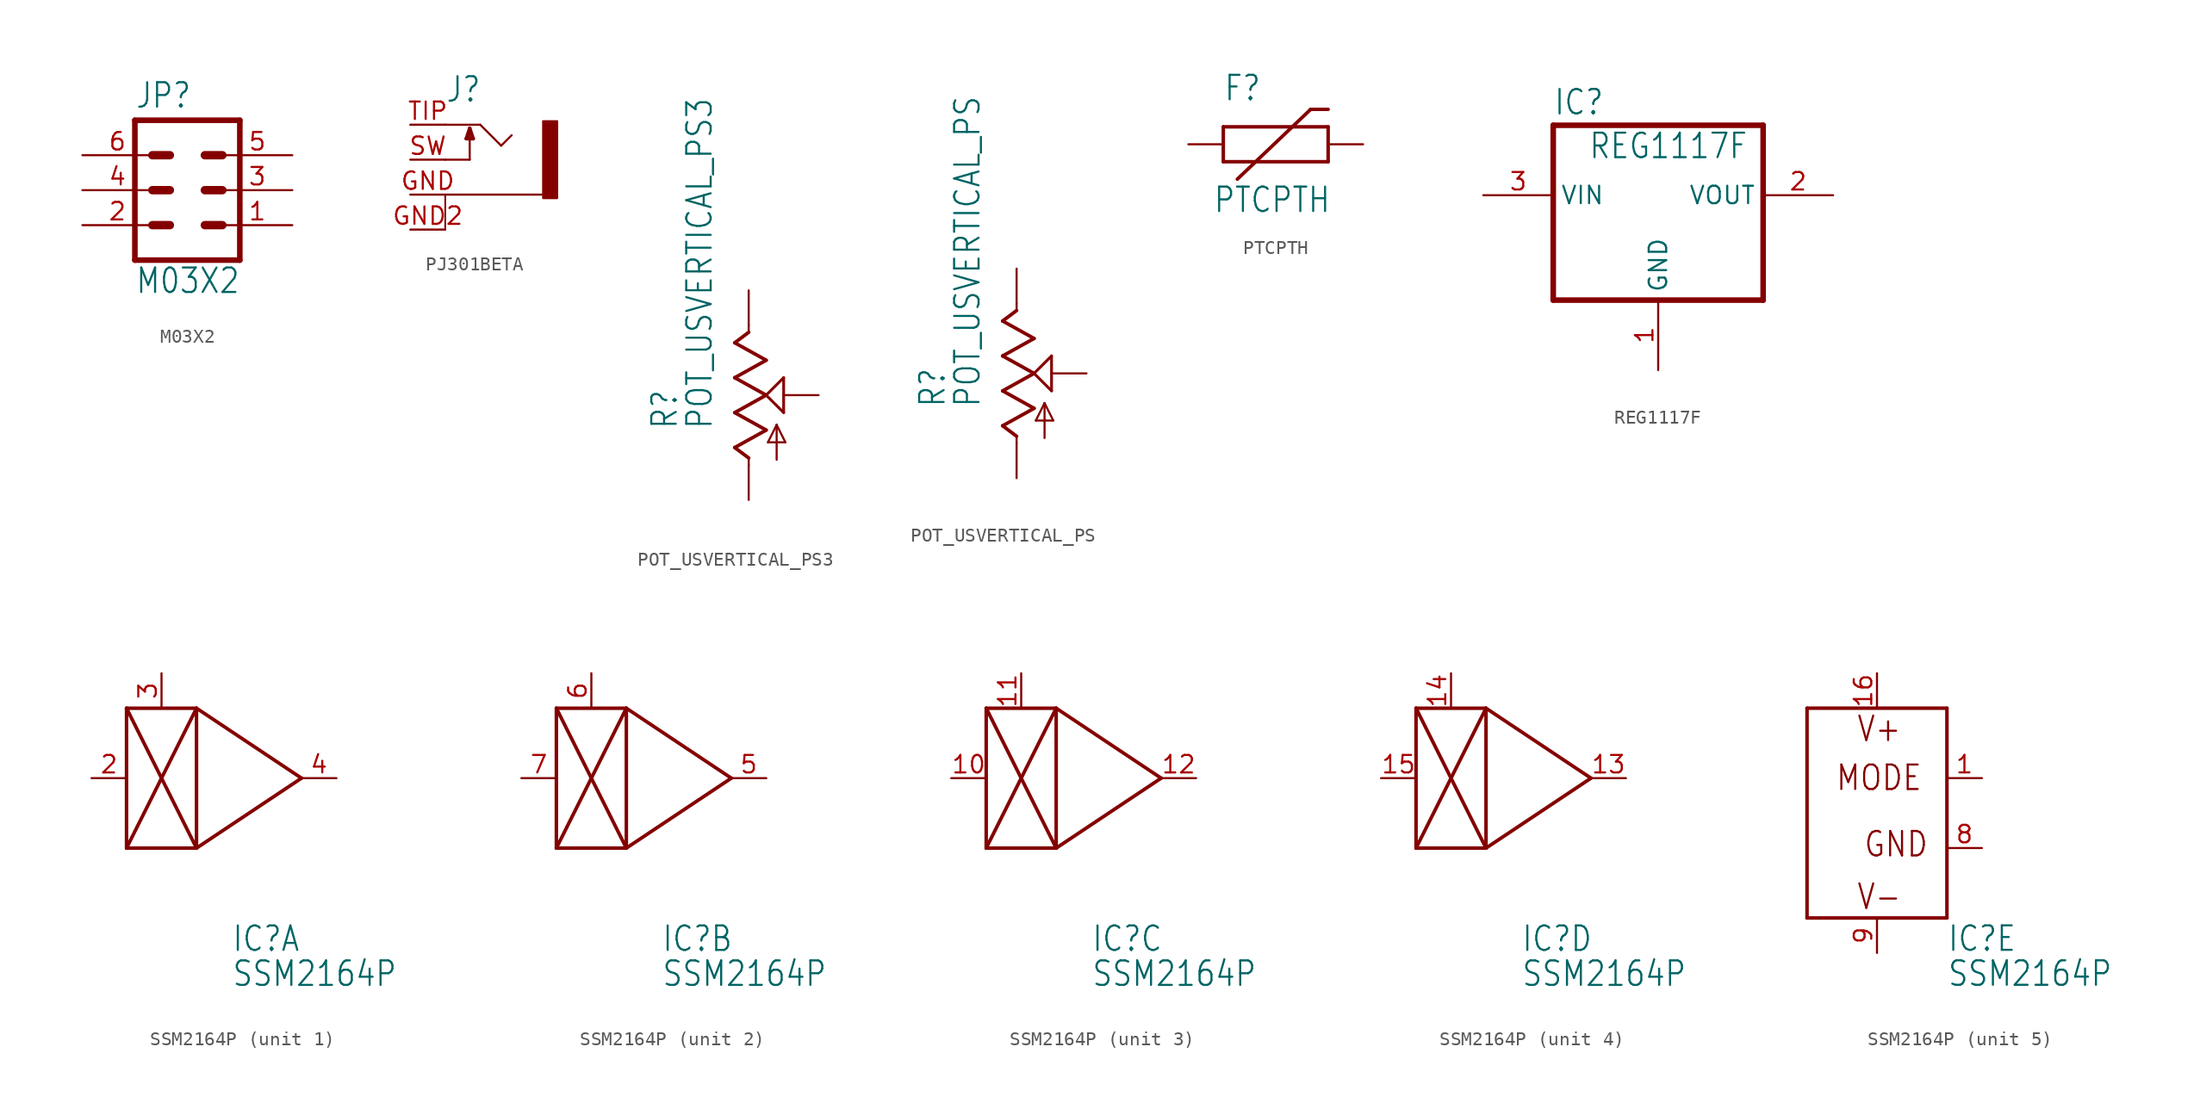
<source format=kicad_sym>
(kicad_symbol_lib
  (version 20211014)
  (generator kicad_symbol_editor)
  (symbol "M03X2"
    (property "Reference" "JP"
      (at -3.81 5.842 0)
      (effects (font (size 1.778 1.511)) (justify left bottom)))
    (property "Value" "M03X2"
      (at -3.81 -7.62 0)
      (effects (font (size 1.778 1.511)) (justify left bottom)))
    (property "ki_locked" ""
      (at 0 0 0)
      (effects (font (size 1.27 1.27))))
    (symbol "M03X2_1_0"
      (polyline (pts (xy -3.81 5.08) (xy -3.81 -5.08)) (stroke (width 0.406) (type default) (color 0 0 0 0)) (fill (type none)))
      (polyline (pts (xy -3.81 5.08) (xy 3.81 5.08)) (stroke (width 0.406) (type default) (color 0 0 0 0)) (fill (type none)))
      (polyline (pts (xy -2.54 -2.54) (xy -1.27 -2.54)) (stroke (width 0.61) (type default) (color 0 0 0 0)) (fill (type none)))
      (polyline (pts (xy -2.54 0) (xy -1.27 0)) (stroke (width 0.61) (type default) (color 0 0 0 0)) (fill (type none)))
      (polyline (pts (xy -2.54 2.54) (xy -1.27 2.54)) (stroke (width 0.61) (type default) (color 0 0 0 0)) (fill (type none)))
      (polyline (pts (xy 1.27 -2.54) (xy 2.54 -2.54)) (stroke (width 0.61) (type default) (color 0 0 0 0)) (fill (type none)))
      (polyline (pts (xy 1.27 0) (xy 2.54 0)) (stroke (width 0.61) (type default) (color 0 0 0 0)) (fill (type none)))
      (polyline (pts (xy 1.27 2.54) (xy 2.54 2.54)) (stroke (width 0.61) (type default) (color 0 0 0 0)) (fill (type none)))
      (polyline (pts (xy 3.81 -5.08) (xy -3.81 -5.08)) (stroke (width 0.406) (type default) (color 0 0 0 0)) (fill (type none)))
      (polyline (pts (xy 3.81 -5.08) (xy 3.81 5.08)) (stroke (width 0.406) (type default) (color 0 0 0 0)) (fill (type none)))
      (pin passive line (at 7.62 -2.54 180) (length 5.08) (name "1" (effects (font (size 0 0)))) (number "1" (effects (font (size 1.27 1.27)))))
      (pin passive line (at -7.62 -2.54 0) (length 5.08) (name "2" (effects (font (size 0 0)))) (number "2" (effects (font (size 1.27 1.27)))))
      (pin passive line (at 7.62 0 180) (length 5.08) (name "3" (effects (font (size 0 0)))) (number "3" (effects (font (size 1.27 1.27)))))
      (pin passive line (at -7.62 0 0) (length 5.08) (name "4" (effects (font (size 0 0)))) (number "4" (effects (font (size 1.27 1.27)))))
      (pin passive line (at 7.62 2.54 180) (length 5.08) (name "5" (effects (font (size 0 0)))) (number "5" (effects (font (size 1.27 1.27)))))
      (pin passive line (at -7.62 2.54 0) (length 5.08) (name "6" (effects (font (size 0 0)))) (number "6" (effects (font (size 1.27 1.27)))))))
  (symbol "PJ301BETA"
    (property "Reference" "J"
      (at -2.54 4.064 0)
      (effects (font (size 1.778 1.511)) (justify left bottom)))
    (property "ki_locked" ""
      (at 0 0 0)
      (effects (font (size 1.27 1.27))))
    (symbol "PJ301BETA_1_0"
      (polyline (pts (xy -2.54 -5.08) (xy -2.54 -2.54)) (stroke (width 0.127) (type default) (color 0 0 0 0)) (fill (type none)))
      (polyline (pts (xy -2.54 -2.54) (xy 4.572 -2.54)) (stroke (width 0.152) (type default) (color 0 0 0 0)) (fill (type none)))
      (polyline (pts (xy -2.54 0) (xy -0.762 0)) (stroke (width 0.152) (type default) (color 0 0 0 0)) (fill (type none)))
      (polyline (pts (xy -2.54 2.54) (xy 0 2.54)) (stroke (width 0.152) (type default) (color 0 0 0 0)) (fill (type none)))
      (polyline (pts (xy -1.016 1.524) (xy -0.508 1.524)) (stroke (width 0.254) (type default) (color 0 0 0 0)) (fill (type none)))
      (polyline (pts (xy -0.762 0) (xy -0.762 2.286)) (stroke (width 0.152) (type default) (color 0 0 0 0)) (fill (type none)))
      (polyline (pts (xy -0.762 2.286) (xy -1.016 1.524)) (stroke (width 0.254) (type default) (color 0 0 0 0)) (fill (type none)))
      (polyline (pts (xy -0.508 1.524) (xy -0.762 2.286)) (stroke (width 0.254) (type default) (color 0 0 0 0)) (fill (type none)))
      (polyline (pts (xy 0 2.54) (xy 1.524 1.016)) (stroke (width 0.152) (type default) (color 0 0 0 0)) (fill (type none)))
      (polyline (pts (xy 1.524 1.016) (xy 2.286 1.778)) (stroke (width 0.152) (type default) (color 0 0 0 0)) (fill (type none)))
      (rectangle (start 4.572 2.794) (end 5.588 -2.794) (stroke (width 0) (type default) (color 0 0 0 0)) (fill (type outline)))
      (pin passive line (at -5.08 -2.54 0) (length 2.54) (name "1" (effects (font (size 0 0)))) (number "GND" (effects (font (size 1.27 1.27)))))
      (pin passive line (at -5.08 -5.08 0) (length 2.54) (name "4" (effects (font (size 0 0)))) (number "GND2" (effects (font (size 1.27 1.27)))))
      (pin passive line (at -5.08 0 0) (length 2.54) (name "3" (effects (font (size 0 0)))) (number "SW" (effects (font (size 1.27 1.27)))))
      (pin passive line (at -5.08 2.54 0) (length 2.54) (name "2" (effects (font (size 0 0)))) (number "TIP" (effects (font (size 1.27 1.27)))))))
  (symbol "POT_USVERTICAL_PS3"
    (property "Reference" "R"
      (at -5.08 -2.54 90)
      (effects (font (size 1.778 1.511)) (justify left bottom)))
    (property "Value" "POT_USVERTICAL_PS3"
      (at -2.54 -2.54 90)
      (effects (font (size 1.778 1.511)) (justify left bottom)))
    (property "ki_locked" ""
      (at 0 0 0)
      (effects (font (size 1.27 1.27))))
    (symbol "POT_USVERTICAL_PS3_1_0"
      (polyline (pts (xy -1.016 -3.81) (xy 1.27 -2.54)) (stroke (width 0.254) (type default) (color 0 0 0 0)) (fill (type none)))
      (polyline (pts (xy -1.016 -1.27) (xy 1.27 0)) (stroke (width 0.254) (type default) (color 0 0 0 0)) (fill (type none)))
      (polyline (pts (xy -1.016 1.27) (xy 1.27 2.54)) (stroke (width 0.254) (type default) (color 0 0 0 0)) (fill (type none)))
      (polyline (pts (xy -1.016 3.81) (xy 0 4.572)) (stroke (width 0.254) (type default) (color 0 0 0 0)) (fill (type none)))
      (polyline (pts (xy 0 -5.08) (xy 0 -4.572)) (stroke (width 0.152) (type default) (color 0 0 0 0)) (fill (type none)))
      (polyline (pts (xy 0 -4.572) (xy -1.016 -3.81)) (stroke (width 0.254) (type default) (color 0 0 0 0)) (fill (type none)))
      (polyline (pts (xy 0 4.572) (xy 0 5.08)) (stroke (width 0.152) (type default) (color 0 0 0 0)) (fill (type none)))
      (polyline (pts (xy 1.27 -2.54) (xy -1.016 -1.27)) (stroke (width 0.254) (type default) (color 0 0 0 0)) (fill (type none)))
      (polyline (pts (xy 1.27 0) (xy -1.016 1.27)) (stroke (width 0.254) (type default) (color 0 0 0 0)) (fill (type none)))
      (polyline (pts (xy 1.27 0) (xy 2.54 1.27)) (stroke (width 0.203) (type default) (color 0 0 0 0)) (fill (type none)))
      (polyline (pts (xy 1.27 2.54) (xy -1.016 3.81)) (stroke (width 0.254) (type default) (color 0 0 0 0)) (fill (type none)))
      (polyline (pts (xy 1.397 -3.429) (xy 2.032 -2.159)) (stroke (width 0.152) (type default) (color 0 0 0 0)) (fill (type none)))
      (polyline (pts (xy 2.032 -4.699) (xy 2.032 -2.159)) (stroke (width 0.152) (type default) (color 0 0 0 0)) (fill (type none)))
      (polyline (pts (xy 2.032 -2.159) (xy 2.667 -3.429)) (stroke (width 0.152) (type default) (color 0 0 0 0)) (fill (type none)))
      (polyline (pts (xy 2.54 -1.27) (xy 1.27 0)) (stroke (width 0.203) (type default) (color 0 0 0 0)) (fill (type none)))
      (polyline (pts (xy 2.54 1.27) (xy 2.54 -1.27)) (stroke (width 0.203) (type default) (color 0 0 0 0)) (fill (type none)))
      (polyline (pts (xy 2.667 -3.429) (xy 1.397 -3.429)) (stroke (width 0.152) (type default) (color 0 0 0 0)) (fill (type none)))
      (pin passive line (at 0 7.62 270) (length 2.54) (name "E" (effects (font (size 0 0)))) (number "P$1" (effects (font (size 0 0)))))
      (pin passive line (at 5.08 0 180) (length 2.54) (name "S" (effects (font (size 0 0)))) (number "P$2" (effects (font (size 0 0)))))
      (pin passive line (at 0 -7.62 90) (length 2.54) (name "A" (effects (font (size 0 0)))) (number "P$3" (effects (font (size 0 0)))))))
  (symbol "POT_USVERTICAL_PS"
    (property "Reference" "R"
      (at -5.08 -2.54 90)
      (effects (font (size 1.778 1.511)) (justify left bottom)))
    (property "Value" "POT_USVERTICAL_PS"
      (at -2.54 -2.54 90)
      (effects (font (size 1.778 1.511)) (justify left bottom)))
    (property "ki_locked" ""
      (at 0 0 0)
      (effects (font (size 1.27 1.27))))
    (symbol "POT_USVERTICAL_PS_1_0"
      (polyline (pts (xy -1.016 -3.81) (xy 1.27 -2.54)) (stroke (width 0.254) (type default) (color 0 0 0 0)) (fill (type none)))
      (polyline (pts (xy -1.016 -1.27) (xy 1.27 0)) (stroke (width 0.254) (type default) (color 0 0 0 0)) (fill (type none)))
      (polyline (pts (xy -1.016 1.27) (xy 1.27 2.54)) (stroke (width 0.254) (type default) (color 0 0 0 0)) (fill (type none)))
      (polyline (pts (xy -1.016 3.81) (xy 0 4.572)) (stroke (width 0.254) (type default) (color 0 0 0 0)) (fill (type none)))
      (polyline (pts (xy 0 -5.08) (xy 0 -4.572)) (stroke (width 0.152) (type default) (color 0 0 0 0)) (fill (type none)))
      (polyline (pts (xy 0 -4.572) (xy -1.016 -3.81)) (stroke (width 0.254) (type default) (color 0 0 0 0)) (fill (type none)))
      (polyline (pts (xy 0 4.572) (xy 0 5.08)) (stroke (width 0.152) (type default) (color 0 0 0 0)) (fill (type none)))
      (polyline (pts (xy 1.27 -2.54) (xy -1.016 -1.27)) (stroke (width 0.254) (type default) (color 0 0 0 0)) (fill (type none)))
      (polyline (pts (xy 1.27 0) (xy -1.016 1.27)) (stroke (width 0.254) (type default) (color 0 0 0 0)) (fill (type none)))
      (polyline (pts (xy 1.27 0) (xy 2.54 1.27)) (stroke (width 0.203) (type default) (color 0 0 0 0)) (fill (type none)))
      (polyline (pts (xy 1.27 2.54) (xy -1.016 3.81)) (stroke (width 0.254) (type default) (color 0 0 0 0)) (fill (type none)))
      (polyline (pts (xy 1.397 -3.429) (xy 2.032 -2.159)) (stroke (width 0.152) (type default) (color 0 0 0 0)) (fill (type none)))
      (polyline (pts (xy 2.032 -4.699) (xy 2.032 -2.159)) (stroke (width 0.152) (type default) (color 0 0 0 0)) (fill (type none)))
      (polyline (pts (xy 2.032 -2.159) (xy 2.667 -3.429)) (stroke (width 0.152) (type default) (color 0 0 0 0)) (fill (type none)))
      (polyline (pts (xy 2.54 -1.27) (xy 1.27 0)) (stroke (width 0.203) (type default) (color 0 0 0 0)) (fill (type none)))
      (polyline (pts (xy 2.54 1.27) (xy 2.54 -1.27)) (stroke (width 0.203) (type default) (color 0 0 0 0)) (fill (type none)))
      (polyline (pts (xy 2.667 -3.429) (xy 1.397 -3.429)) (stroke (width 0.152) (type default) (color 0 0 0 0)) (fill (type none)))
      (pin passive line (at 0 7.62 270) (length 2.54) (name "E" (effects (font (size 0 0)))) (number "P$1" (effects (font (size 0 0)))))
      (pin passive line (at 5.08 0 180) (length 2.54) (name "S" (effects (font (size 0 0)))) (number "P$2" (effects (font (size 0 0)))))
      (pin passive line (at 0 -7.62 90) (length 2.54) (name "A" (effects (font (size 0 0)))) (number "P$3" (effects (font (size 0 0)))))))
  (symbol "PTCPTH"
    (property "Reference" "F"
      (at -2.54 3.048 0)
      (effects (font (size 1.778 1.511)) (justify left bottom)))
    (property "Value" "PTCPTH"
      (at -3.302 -5.08 0)
      (effects (font (size 1.778 1.511)) (justify left bottom)))
    (property "ki_locked" ""
      (at 0 0 0)
      (effects (font (size 1.27 1.27))))
    (symbol "PTCPTH_1_0"
      (polyline (pts (xy -2.54 -1.27) (xy -2.54 1.27)) (stroke (width 0.254) (type default) (color 0 0 0 0)) (fill (type none)))
      (polyline (pts (xy -2.54 1.27) (xy 5.08 1.27)) (stroke (width 0.254) (type default) (color 0 0 0 0)) (fill (type none)))
      (polyline (pts (xy -1.524 -2.54) (xy 3.81 2.54)) (stroke (width 0.254) (type default) (color 0 0 0 0)) (fill (type none)))
      (polyline (pts (xy 3.81 2.54) (xy 5.08 2.54)) (stroke (width 0.254) (type default) (color 0 0 0 0)) (fill (type none)))
      (polyline (pts (xy 5.08 -1.27) (xy -2.54 -1.27)) (stroke (width 0.254) (type default) (color 0 0 0 0)) (fill (type none)))
      (polyline (pts (xy 5.08 1.27) (xy 5.08 -1.27)) (stroke (width 0.254) (type default) (color 0 0 0 0)) (fill (type none)))
      (pin bidirectional line (at -5.08 0 0) (length 2.54) (name "1" (effects (font (size 0 0)))) (number "P$1" (effects (font (size 0 0)))))
      (pin bidirectional line (at 7.62 0 180) (length 2.54) (name "2" (effects (font (size 0 0)))) (number "P$2" (effects (font (size 0 0)))))))
  (symbol "REG1117F"
    (property "Reference" "IC"
      (at -7.62 5.715 0)
      (effects (font (size 1.778 1.511)) (justify left bottom)))
    (property "Value" "REG1117F"
      (at -5.08 2.54 0)
      (effects (font (size 1.778 1.511)) (justify left bottom)))
    (property "ki_locked" ""
      (at 0 0 0)
      (effects (font (size 1.27 1.27))))
    (symbol "REG1117F_1_0"
      (polyline (pts (xy -7.62 -7.62) (xy 7.62 -7.62)) (stroke (width 0.406) (type default) (color 0 0 0 0)) (fill (type none)))
      (polyline (pts (xy -7.62 5.08) (xy -7.62 -7.62)) (stroke (width 0.406) (type default) (color 0 0 0 0)) (fill (type none)))
      (polyline (pts (xy 7.62 -7.62) (xy 7.62 5.08)) (stroke (width 0.406) (type default) (color 0 0 0 0)) (fill (type none)))
      (polyline (pts (xy 7.62 5.08) (xy -7.62 5.08)) (stroke (width 0.406) (type default) (color 0 0 0 0)) (fill (type none)))
      (pin power_in line (at 0 -12.7 90) (length 5.08) (name "GND" (effects (font (size 1.27 1.27)))) (number "1" (effects (font (size 1.27 1.27)))))
      (pin output line (at 12.7 0 180) (length 5.08) (name "VOUT" (effects (font (size 1.27 1.27)))) (number "2" (effects (font (size 1.27 1.27)))))
      (pin input line (at -12.7 0 0) (length 5.08) (name "VIN" (effects (font (size 1.27 1.27)))) (number "3" (effects (font (size 1.27 1.27)))))))
  (symbol "SSM2164P"
    (property "Reference" "IC"
      (at 5.08 -12.7 0)
      (effects (font (size 1.778 1.511)) (justify left bottom)))
    (property "Value" "SSM2164P"
      (at 5.08 -15.24 0)
      (effects (font (size 1.778 1.511)) (justify left bottom)))
    (property "ki_locked" ""
      (at 0 0 0)
      (effects (font (size 1.27 1.27))))
    (symbol "SSM2164P_1_0"
      (polyline (pts (xy -2.54 -5.08) (xy 2.54 -5.08)) (stroke (width 0.254) (type default) (color 0 0 0 0)) (fill (type none)))
      (polyline (pts (xy -2.54 -5.08) (xy 2.54 5.08)) (stroke (width 0.254) (type default) (color 0 0 0 0)) (fill (type none)))
      (polyline (pts (xy -2.54 5.08) (xy -2.54 -5.08)) (stroke (width 0.254) (type default) (color 0 0 0 0)) (fill (type none)))
      (polyline (pts (xy -2.54 5.08) (xy 2.54 -5.08)) (stroke (width 0.254) (type default) (color 0 0 0 0)) (fill (type none)))
      (polyline (pts (xy 2.54 -5.08) (xy 2.54 5.08)) (stroke (width 0.254) (type default) (color 0 0 0 0)) (fill (type none)))
      (polyline (pts (xy 2.54 5.08) (xy -2.54 5.08)) (stroke (width 0.254) (type default) (color 0 0 0 0)) (fill (type none)))
      (polyline (pts (xy 2.54 5.08) (xy 10.16 0)) (stroke (width 0.254) (type default) (color 0 0 0 0)) (fill (type none)))
      (polyline (pts (xy 10.16 0) (xy 2.54 -5.08)) (stroke (width 0.254) (type default) (color 0 0 0 0)) (fill (type none)))
      (pin input line (at -5.08 0 0) (length 2.54) (name "IN" (effects (font (size 0 0)))) (number "2" (effects (font (size 1.27 1.27)))))
      (pin input line (at 0 7.62 270) (length 2.54) (name "CTRL" (effects (font (size 0 0)))) (number "3" (effects (font (size 1.27 1.27)))))
      (pin output line (at 12.7 0 180) (length 2.54) (name "OUT" (effects (font (size 0 0)))) (number "4" (effects (font (size 1.27 1.27))))))
    (symbol "SSM2164P_2_0"
      (polyline (pts (xy -2.54 -5.08) (xy 2.54 -5.08)) (stroke (width 0.254) (type default) (color 0 0 0 0)) (fill (type none)))
      (polyline (pts (xy -2.54 -5.08) (xy 2.54 5.08)) (stroke (width 0.254) (type default) (color 0 0 0 0)) (fill (type none)))
      (polyline (pts (xy -2.54 5.08) (xy -2.54 -5.08)) (stroke (width 0.254) (type default) (color 0 0 0 0)) (fill (type none)))
      (polyline (pts (xy -2.54 5.08) (xy 2.54 -5.08)) (stroke (width 0.254) (type default) (color 0 0 0 0)) (fill (type none)))
      (polyline (pts (xy 2.54 -5.08) (xy 2.54 5.08)) (stroke (width 0.254) (type default) (color 0 0 0 0)) (fill (type none)))
      (polyline (pts (xy 2.54 5.08) (xy -2.54 5.08)) (stroke (width 0.254) (type default) (color 0 0 0 0)) (fill (type none)))
      (polyline (pts (xy 2.54 5.08) (xy 10.16 0)) (stroke (width 0.254) (type default) (color 0 0 0 0)) (fill (type none)))
      (polyline (pts (xy 10.16 0) (xy 2.54 -5.08)) (stroke (width 0.254) (type default) (color 0 0 0 0)) (fill (type none)))
      (pin output line (at 12.7 0 180) (length 2.54) (name "OUT" (effects (font (size 0 0)))) (number "5" (effects (font (size 1.27 1.27)))))
      (pin input line (at 0 7.62 270) (length 2.54) (name "CTRL" (effects (font (size 0 0)))) (number "6" (effects (font (size 1.27 1.27)))))
      (pin input line (at -5.08 0 0) (length 2.54) (name "IN" (effects (font (size 0 0)))) (number "7" (effects (font (size 1.27 1.27))))))
    (symbol "SSM2164P_3_0"
      (polyline (pts (xy -2.54 -5.08) (xy 2.54 -5.08)) (stroke (width 0.254) (type default) (color 0 0 0 0)) (fill (type none)))
      (polyline (pts (xy -2.54 -5.08) (xy 2.54 5.08)) (stroke (width 0.254) (type default) (color 0 0 0 0)) (fill (type none)))
      (polyline (pts (xy -2.54 5.08) (xy -2.54 -5.08)) (stroke (width 0.254) (type default) (color 0 0 0 0)) (fill (type none)))
      (polyline (pts (xy -2.54 5.08) (xy 2.54 -5.08)) (stroke (width 0.254) (type default) (color 0 0 0 0)) (fill (type none)))
      (polyline (pts (xy 2.54 -5.08) (xy 2.54 5.08)) (stroke (width 0.254) (type default) (color 0 0 0 0)) (fill (type none)))
      (polyline (pts (xy 2.54 5.08) (xy -2.54 5.08)) (stroke (width 0.254) (type default) (color 0 0 0 0)) (fill (type none)))
      (polyline (pts (xy 2.54 5.08) (xy 10.16 0)) (stroke (width 0.254) (type default) (color 0 0 0 0)) (fill (type none)))
      (polyline (pts (xy 10.16 0) (xy 2.54 -5.08)) (stroke (width 0.254) (type default) (color 0 0 0 0)) (fill (type none)))
      (pin input line (at -5.08 0 0) (length 2.54) (name "IN" (effects (font (size 0 0)))) (number "10" (effects (font (size 1.27 1.27)))))
      (pin input line (at 0 7.62 270) (length 2.54) (name "CTRL" (effects (font (size 0 0)))) (number "11" (effects (font (size 1.27 1.27)))))
      (pin output line (at 12.7 0 180) (length 2.54) (name "OUT" (effects (font (size 0 0)))) (number "12" (effects (font (size 1.27 1.27))))))
    (symbol "SSM2164P_4_0"
      (polyline (pts (xy -2.54 -5.08) (xy 2.54 -5.08)) (stroke (width 0.254) (type default) (color 0 0 0 0)) (fill (type none)))
      (polyline (pts (xy -2.54 -5.08) (xy 2.54 5.08)) (stroke (width 0.254) (type default) (color 0 0 0 0)) (fill (type none)))
      (polyline (pts (xy -2.54 5.08) (xy -2.54 -5.08)) (stroke (width 0.254) (type default) (color 0 0 0 0)) (fill (type none)))
      (polyline (pts (xy -2.54 5.08) (xy 2.54 -5.08)) (stroke (width 0.254) (type default) (color 0 0 0 0)) (fill (type none)))
      (polyline (pts (xy 2.54 -5.08) (xy 2.54 5.08)) (stroke (width 0.254) (type default) (color 0 0 0 0)) (fill (type none)))
      (polyline (pts (xy 2.54 5.08) (xy -2.54 5.08)) (stroke (width 0.254) (type default) (color 0 0 0 0)) (fill (type none)))
      (polyline (pts (xy 2.54 5.08) (xy 10.16 0)) (stroke (width 0.254) (type default) (color 0 0 0 0)) (fill (type none)))
      (polyline (pts (xy 10.16 0) (xy 2.54 -5.08)) (stroke (width 0.254) (type default) (color 0 0 0 0)) (fill (type none)))
      (pin output line (at 12.7 0 180) (length 2.54) (name "OUT" (effects (font (size 0 0)))) (number "13" (effects (font (size 1.27 1.27)))))
      (pin input line (at 0 7.62 270) (length 2.54) (name "CTRL" (effects (font (size 0 0)))) (number "14" (effects (font (size 1.27 1.27)))))
      (pin input line (at -5.08 0 0) (length 2.54) (name "IN" (effects (font (size 0 0)))) (number "15" (effects (font (size 1.27 1.27))))))
    (symbol "SSM2164P_5_0"
      (polyline (pts (xy -5.08 -10.16) (xy -5.08 5.08)) (stroke (width 0.254) (type default) (color 0 0 0 0)) (fill (type none)))
      (polyline (pts (xy -5.08 5.08) (xy 5.08 5.08)) (stroke (width 0.254) (type default) (color 0 0 0 0)) (fill (type none)))
      (polyline (pts (xy 5.08 -10.16) (xy -5.08 -10.16)) (stroke (width 0.254) (type default) (color 0 0 0 0)) (fill (type none)))
      (polyline (pts (xy 5.08 5.08) (xy 5.08 -10.16)) (stroke (width 0.254) (type default) (color 0 0 0 0)) (fill (type none)))
      (text "GND" (at -1.016 -5.842 0) (effects (font (size 1.778 1.511)) (justify left bottom)))
      (text "MODE" (at -3.048 -1.016 0) (effects (font (size 1.778 1.511)) (justify left bottom)))
      (text "V+" (at -1.524 2.54 0) (effects (font (size 1.778 1.511)) (justify left bottom)))
      (text "V-" (at -1.524 -9.652 0) (effects (font (size 1.778 1.511)) (justify left bottom)))
      (pin input line (at 7.62 0 180) (length 2.54) (name "MODE" (effects (font (size 0 0)))) (number "1" (effects (font (size 1.27 1.27)))))
      (pin power_in line (at 0 7.62 270) (length 2.54) (name "V+" (effects (font (size 0 0)))) (number "16" (effects (font (size 1.27 1.27)))))
      (pin power_in line (at 7.62 -5.08 180) (length 2.54) (name "GND" (effects (font (size 0 0)))) (number "8" (effects (font (size 1.27 1.27)))))
      (pin power_in line (at 0 -12.7 90) (length 2.54) (name "V-" (effects (font (size 0 0)))) (number "9" (effects (font (size 1.27 1.27))))))))
</source>
